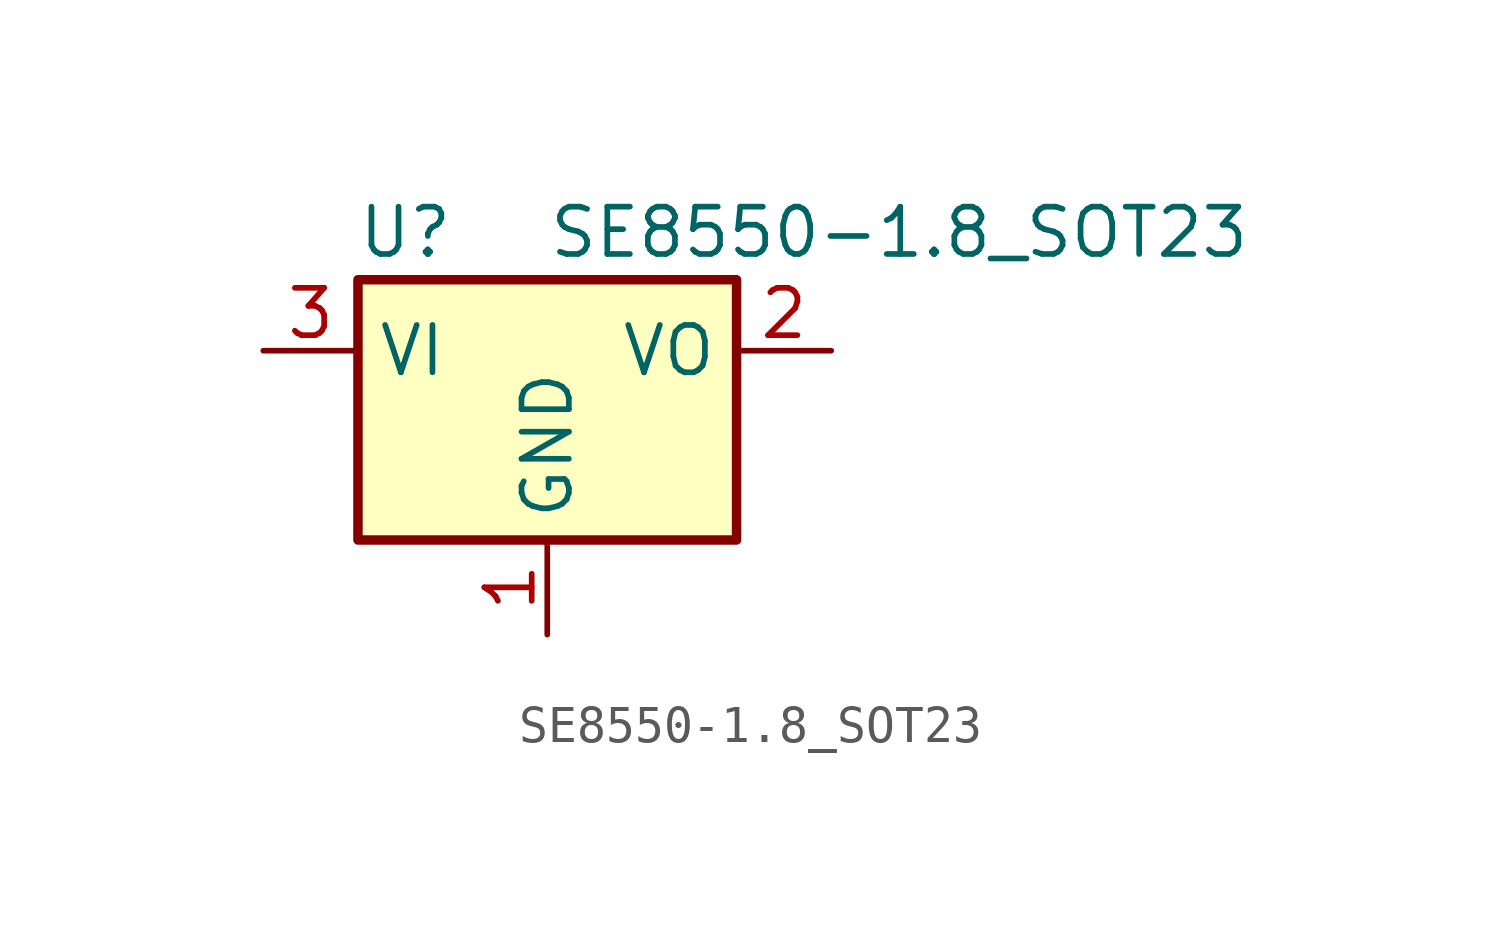
<source format=kicad_sym>
(kicad_symbol_lib
  (version 20220914)
  (generator kicad_symbol_editor)
  (symbol "SE8550-1.8_SOT23"
    (property "Reference" "U"
      (at -3.81 3.175 0)
      (effects (font (size 1.27 1.27))))
    (property "Value" "SE8550-1.8_SOT23"
      (at 0 3.175 0)
      (effects (font (size 1.27 1.27)) (justify left)))
    (symbol "SE8550-1.8_SOT23_0_1"
      (rectangle (start -5.08 -5.08) (end 5.08 1.905) (stroke (width 0.254) (type default)) (fill (type background))))
    (symbol "SE8550-1.8_SOT23_1_1"
      (pin power_in line (at 0 -7.62 90) (length 2.54) (name "GND" (effects (font (size 1.27 1.27)))) (number "1" (effects (font (size 1.27 1.27)))))
      (pin power_out line (at 7.62 0 180) (length 2.54) (name "VO" (effects (font (size 1.27 1.27)))) (number "2" (effects (font (size 1.27 1.27)))))
      (pin power_in line (at -7.62 0 0) (length 2.54) (name "VI" (effects (font (size 1.27 1.27)))) (number "3" (effects (font (size 1.27 1.27))))))))
</source>
